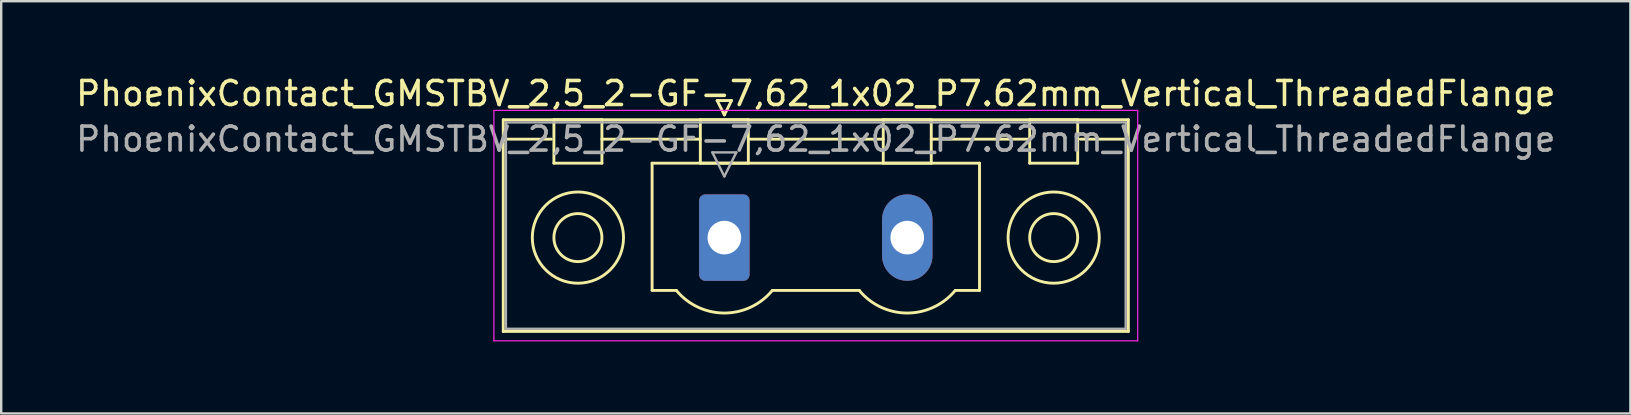
<source format=kicad_pcb>
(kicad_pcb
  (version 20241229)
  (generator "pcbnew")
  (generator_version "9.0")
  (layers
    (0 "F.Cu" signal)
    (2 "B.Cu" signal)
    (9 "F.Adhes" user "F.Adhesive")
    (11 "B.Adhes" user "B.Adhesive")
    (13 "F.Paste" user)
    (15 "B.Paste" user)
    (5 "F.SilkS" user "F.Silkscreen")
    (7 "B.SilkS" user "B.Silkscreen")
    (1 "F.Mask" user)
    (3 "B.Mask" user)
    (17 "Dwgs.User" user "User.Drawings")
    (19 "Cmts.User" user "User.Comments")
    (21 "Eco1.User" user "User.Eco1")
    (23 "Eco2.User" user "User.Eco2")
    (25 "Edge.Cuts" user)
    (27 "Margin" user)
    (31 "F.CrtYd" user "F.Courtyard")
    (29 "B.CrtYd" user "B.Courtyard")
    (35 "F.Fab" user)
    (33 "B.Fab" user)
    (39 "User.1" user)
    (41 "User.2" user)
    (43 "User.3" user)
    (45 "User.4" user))
  (footprint "PhoenixContact_GMSTBV_2,5_2-GF-7,62_1x02_P7.62mm_Vertical_ThreadedFlange"
    (layer "F.Cu")
    (at 27.125 6.848)
    (property "Reference" "PhoenixContact_GMSTBV_2,5_2-GF-7,62_1x02_P7.62mm_Vertical_ThreadedFlange" (at 3.81 -6 0) (layer "F.SilkS") (effects (font (size 1 1) (thickness 0.15))))
    (attr through_hole)
    (fp_line (start -9.21 -4.91) (end -9.21 3.91) (stroke (width 0.12) (type solid)) (layer "F.SilkS"))
    (fp_line (start -9.21 -4.1) (end -7.21 -4.1) (stroke (width 0.12) (type solid)) (layer "F.SilkS"))
    (fp_line (start -9.21 3.91) (end 16.83 3.91) (stroke (width 0.12) (type solid)) (layer "F.SilkS"))
    (fp_line (start -7.1 -4.91) (end -5.1 -4.91) (stroke (width 0.12) (type solid)) (layer "F.SilkS"))
    (fp_line (start -7.1 -3.1) (end -7.1 -4.91) (stroke (width 0.12) (type solid)) (layer "F.SilkS"))
    (fp_line (start -5.1 -4.91) (end -5.1 -3.1) (stroke (width 0.12) (type solid)) (layer "F.SilkS"))
    (fp_line (start -5.1 -4.1) (end -1 -4.1) (stroke (width 0.12) (type solid)) (layer "F.SilkS"))
    (fp_line (start -5.1 -3.1) (end -7.1 -3.1) (stroke (width 0.12) (type solid)) (layer "F.SilkS"))
    (fp_line (start -3.01 -3.1) (end 10.63 -3.1) (stroke (width 0.12) (type solid)) (layer "F.SilkS"))
    (fp_line (start -3.01 2.2) (end -3.01 -3.1) (stroke (width 0.12) (type solid)) (layer "F.SilkS"))
    (fp_line (start -2 2.2) (end -3.01 2.2) (stroke (width 0.12) (type solid)) (layer "F.SilkS"))
    (fp_line (start -1 -4.91) (end 1 -4.91) (stroke (width 0.12) (type solid)) (layer "F.SilkS"))
    (fp_line (start -1 -3.1) (end -1 -4.91) (stroke (width 0.12) (type solid)) (layer "F.SilkS"))
    (fp_line (start -0.3 -5.71) (end 0.3 -5.71) (stroke (width 0.12) (type solid)) (layer "F.SilkS"))
    (fp_line (start 0 -5.11) (end -0.3 -5.71) (stroke (width 0.12) (type solid)) (layer "F.SilkS"))
    (fp_line (start 0.3 -5.71) (end 0 -5.11) (stroke (width 0.12) (type solid)) (layer "F.SilkS"))
    (fp_line (start 1 -4.91) (end 1 -3.1) (stroke (width 0.12) (type solid)) (layer "F.SilkS"))
    (fp_line (start 1 -4.1) (end 6.62 -4.1) (stroke (width 0.12) (type solid)) (layer "F.SilkS"))
    (fp_line (start 1 -3.1) (end -1 -3.1) (stroke (width 0.12) (type solid)) (layer "F.SilkS"))
    (fp_line (start 2 2.2) (end 5.62 2.2) (stroke (width 0.12) (type solid)) (layer "F.SilkS"))
    (fp_line (start 6.62 -4.91) (end 8.62 -4.91) (stroke (width 0.12) (type solid)) (layer "F.SilkS"))
    (fp_line (start 6.62 -3.1) (end 6.62 -4.91) (stroke (width 0.12) (type solid)) (layer "F.SilkS"))
    (fp_line (start 8.62 -4.91) (end 8.62 -3.1) (stroke (width 0.12) (type solid)) (layer "F.SilkS"))
    (fp_line (start 8.62 -4.1) (end 12.72 -4.1) (stroke (width 0.12) (type solid)) (layer "F.SilkS"))
    (fp_line (start 8.62 -3.1) (end 6.62 -3.1) (stroke (width 0.12) (type solid)) (layer "F.SilkS"))
    (fp_line (start 10.63 -3.1) (end 10.63 2.2) (stroke (width 0.12) (type solid)) (layer "F.SilkS"))
    (fp_line (start 10.63 2.2) (end 9.62 2.2) (stroke (width 0.12) (type solid)) (layer "F.SilkS"))
    (fp_line (start 12.72 -4.91) (end 14.72 -4.91) (stroke (width 0.12) (type solid)) (layer "F.SilkS"))
    (fp_line (start 12.72 -3.1) (end 12.72 -4.91) (stroke (width 0.12) (type solid)) (layer "F.SilkS"))
    (fp_line (start 14.72 -4.91) (end 14.72 -3.1) (stroke (width 0.12) (type solid)) (layer "F.SilkS"))
    (fp_line (start 14.72 -3.1) (end 12.72 -3.1) (stroke (width 0.12) (type solid)) (layer "F.SilkS"))
    (fp_line (start 16.83 -4.91) (end -9.21 -4.91) (stroke (width 0.12) (type solid)) (layer "F.SilkS"))
    (fp_line (start 16.83 -4.1) (end 14.83 -4.1) (stroke (width 0.12) (type solid)) (layer "F.SilkS"))
    (fp_line (start 16.83 3.91) (end 16.83 -4.91) (stroke (width 0.12) (type solid)) (layer "F.SilkS"))
    (fp_arc (start 1.986842 2.215821) (mid -0.010289 3.142758) (end -2 2.2) (stroke (width 0.12) (type solid)) (layer "F.SilkS"))
    (fp_arc (start 9.606842 2.215821) (mid 7.609711 3.142758) (end 5.62 2.2) (stroke (width 0.12) (type solid)) (layer "F.SilkS"))
    (fp_circle (center -6.1 0) (end -5.1 0) (stroke (width 0.12) (type solid)) (fill no) (layer "F.SilkS"))
    (fp_circle (center -6.1 0) (end -4.2 0) (stroke (width 0.12) (type solid)) (fill no) (layer "F.SilkS"))
    (fp_circle (center 13.72 0) (end 14.72 0) (stroke (width 0.12) (type solid)) (fill no) (layer "F.SilkS"))
    (fp_circle (center 13.72 0) (end 15.62 0) (stroke (width 0.12) (type solid)) (fill no) (layer "F.SilkS"))
    (fp_line (start -9.6 -5.3) (end -9.6 4.3) (stroke (width 0.05) (type solid)) (layer "F.CrtYd"))
    (fp_line (start -9.6 4.3) (end 17.22 4.3) (stroke (width 0.05) (type solid)) (layer "F.CrtYd"))
    (fp_line (start 17.22 -5.3) (end -9.6 -5.3) (stroke (width 0.05) (type solid)) (layer "F.CrtYd"))
    (fp_line (start 17.22 4.3) (end 17.22 -5.3) (stroke (width 0.05) (type solid)) (layer "F.CrtYd"))
    (fp_line (start -9.1 -4.8) (end -9.1 3.8) (stroke (width 0.1) (type solid)) (layer "F.Fab"))
    (fp_line (start -9.1 3.8) (end 16.72 3.8) (stroke (width 0.1) (type solid)) (layer "F.Fab"))
    (fp_line (start -0.5 -3.55) (end 0.5 -3.55) (stroke (width 0.1) (type solid)) (layer "F.Fab"))
    (fp_line (start 0 -2.55) (end -0.5 -3.55) (stroke (width 0.1) (type solid)) (layer "F.Fab"))
    (fp_line (start 0.5 -3.55) (end 0 -2.55) (stroke (width 0.1) (type solid)) (layer "F.Fab"))
    (fp_line (start 16.72 -4.8) (end -9.1 -4.8) (stroke (width 0.1) (type solid)) (layer "F.Fab"))
    (fp_line (start 16.72 3.8) (end 16.72 -4.8) (stroke (width 0.1) (type solid)) (layer "F.Fab"))
    (fp_text user "${REFERENCE}" (at 3.81 -4.1 0) (layer "F.Fab") (effects (font (size 1 1) (thickness 0.15))))
    (pad "1" thru_hole roundrect (at 0 0) (size 2.1 3.6) (drill 1.4) (layers "*.Cu" "*.Mask") (roundrect_rratio 0.119))
    (pad "2" thru_hole oval (at 7.62 0) (size 2.1 3.6) (drill 1.4) (layers "*.Cu" "*.Mask")))
  (gr_rect
    (start -3 -3)
    (end 64.869 14.173)
    (stroke (width 0.1) (type default))
    (fill no)
    (layer "Edge.Cuts")))
</source>
